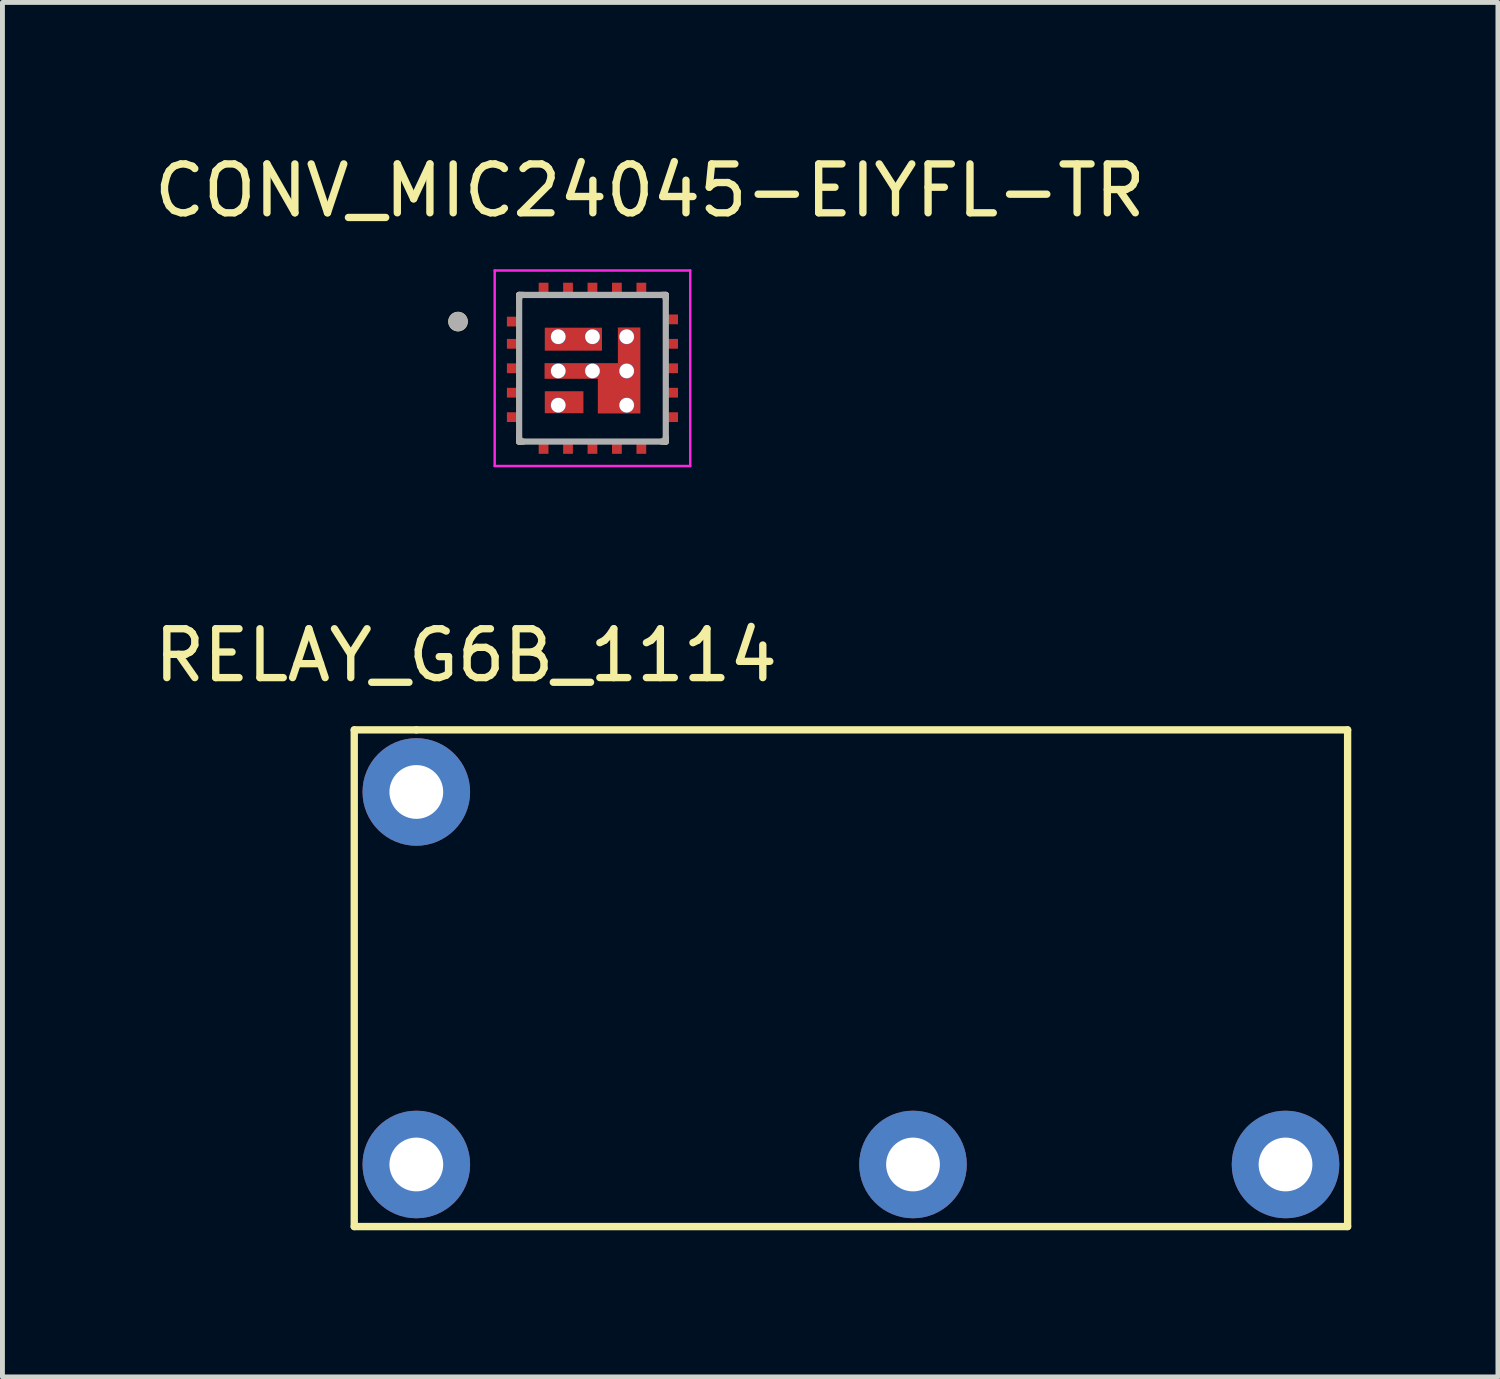
<source format=kicad_pcb>
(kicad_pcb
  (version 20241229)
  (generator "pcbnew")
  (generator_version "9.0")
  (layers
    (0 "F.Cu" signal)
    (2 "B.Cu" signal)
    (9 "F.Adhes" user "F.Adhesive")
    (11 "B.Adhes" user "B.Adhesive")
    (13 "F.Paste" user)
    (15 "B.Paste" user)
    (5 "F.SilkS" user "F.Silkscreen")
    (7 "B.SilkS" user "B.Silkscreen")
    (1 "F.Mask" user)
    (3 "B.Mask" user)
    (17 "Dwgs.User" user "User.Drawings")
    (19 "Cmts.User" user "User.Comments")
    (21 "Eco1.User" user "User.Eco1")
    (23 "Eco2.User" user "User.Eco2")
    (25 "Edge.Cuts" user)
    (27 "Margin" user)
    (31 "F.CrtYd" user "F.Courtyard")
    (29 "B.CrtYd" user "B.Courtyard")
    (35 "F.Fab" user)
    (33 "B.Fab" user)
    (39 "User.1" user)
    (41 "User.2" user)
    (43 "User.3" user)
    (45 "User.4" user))
  (footprint "CONV_MIC24045-EIYFL-TR"
    (layer "F.Cu")
    (at 9.069 4.483)
    (property "Reference" "CONV_MIC24045-EIYFL-TR" (at 1.175 -3.635 0) (layer "F.SilkS") (effects (font (size 1 1) (thickness 0.15))))
    (attr through_hole)
    (fp_poly (pts (xy 1.075 -0.93) (xy 1.075 1.02) (xy 0.015 1.02) (xy 0.015 0.31) (xy -1.075 0.31) (xy -1.075 -0.2) (xy 0.425 -0.2) (xy 0.425 -0.93)) (stroke (width 0.01) (type solid)) (fill yes) (layer "F.Mask"))
    (fp_line (start -1.5 -1.5) (end -1.42 -1.5) (stroke (width 0.127) (type solid)) (layer "F.SilkS"))
    (fp_line (start -1.5 -1.42) (end -1.5 -1.5) (stroke (width 0.127) (type solid)) (layer "F.SilkS"))
    (fp_line (start -1.5 1.5) (end -1.5 1.42) (stroke (width 0.127) (type solid)) (layer "F.SilkS"))
    (fp_line (start -1.42 1.5) (end -1.5 1.5) (stroke (width 0.127) (type solid)) (layer "F.SilkS"))
    (fp_line (start 1.42 -1.5) (end 1.5 -1.5) (stroke (width 0.127) (type solid)) (layer "F.SilkS"))
    (fp_line (start 1.5 -1.5) (end 1.5 -1.42) (stroke (width 0.127) (type solid)) (layer "F.SilkS"))
    (fp_line (start 1.5 1.5) (end 1.42 1.5) (stroke (width 0.127) (type solid)) (layer "F.SilkS"))
    (fp_line (start 1.5 1.5) (end 1.5 1.42) (stroke (width 0.127) (type solid)) (layer "F.SilkS"))
    (fp_circle (center -2.75 -0.955) (end -2.65 -0.955) (stroke (width 0.2) (type solid)) (fill no) (layer "F.SilkS"))
    (fp_poly (pts (xy 0.975 -0.83) (xy 0.975 0.92) (xy 0.115 0.92) (xy 0.115 0.21) (xy -0.975 0.21) (xy -0.975 -0.1) (xy 0.525 -0.1) (xy 0.525 -0.83)) (stroke (width 0.01) (type solid)) (fill yes) (layer "F.Paste"))
    (fp_line (start -2 -2) (end -2 2) (stroke (width 0.05) (type solid)) (layer "F.CrtYd"))
    (fp_line (start -2 2) (end 2 2) (stroke (width 0.05) (type solid)) (layer "F.CrtYd"))
    (fp_line (start 2 -2) (end -2 -2) (stroke (width 0.05) (type solid)) (layer "F.CrtYd"))
    (fp_line (start 2 2) (end 2 -2) (stroke (width 0.05) (type solid)) (layer "F.CrtYd"))
    (fp_line (start -1.5 -1.5) (end 1.5 -1.5) (stroke (width 0.127) (type solid)) (layer "F.Fab"))
    (fp_line (start -1.5 1.5) (end -1.5 -1.5) (stroke (width 0.127) (type solid)) (layer "F.Fab"))
    (fp_line (start 1.5 -1.5) (end 1.5 1.5) (stroke (width 0.127) (type solid)) (layer "F.Fab"))
    (fp_line (start 1.5 1.5) (end -1.5 1.5) (stroke (width 0.127) (type solid)) (layer "F.Fab"))
    (fp_circle (center -2.75 -0.955) (end -2.65 -0.955) (stroke (width 0.2) (type solid)) (fill no) (layer "F.Fab"))
    (pad "1" smd rect (at -1.6 -0.955) (size 0.3 0.2) (layers "F.Cu" "F.Mask" "F.Paste"))
    (pad "2" smd rect (at -1.6 -0.5) (size 0.3 0.2) (layers "F.Cu" "F.Mask" "F.Paste"))
    (pad "3" smd rect (at -1.6 0) (size 0.3 0.2) (layers "F.Cu" "F.Mask" "F.Paste"))
    (pad "4" smd rect (at -1.6 0.5) (size 0.3 0.2) (layers "F.Cu" "F.Mask" "F.Paste"))
    (pad "5" smd rect (at -1.6 1) (size 0.3 0.2) (layers "F.Cu" "F.Mask" "F.Paste"))
    (pad "6" smd rect (at -1 1.6) (size 0.2 0.3) (layers "F.Cu" "F.Mask" "F.Paste"))
    (pad "7" smd rect (at -0.5 1.6) (size 0.2 0.3) (layers "F.Cu" "F.Mask" "F.Paste"))
    (pad "8" smd rect (at 0 1.6) (size 0.2 0.3) (layers "F.Cu" "F.Mask" "F.Paste"))
    (pad "9" smd rect (at 0.5 1.6) (size 0.2 0.3) (layers "F.Cu" "F.Mask" "F.Paste"))
    (pad "10" smd rect (at 1 1.6) (size 0.2 0.3) (layers "F.Cu" "F.Mask" "F.Paste"))
    (pad "11" smd rect (at 1.6 1) (size 0.3 0.2) (layers "F.Cu" "F.Mask" "F.Paste"))
    (pad "12" smd rect (at 1.6 0.5) (size 0.3 0.2) (layers "F.Cu" "F.Mask" "F.Paste"))
    (pad "13" smd rect (at 1.6 0) (size 0.3 0.2) (layers "F.Cu" "F.Mask" "F.Paste"))
    (pad "14" smd rect (at 1.6 -0.5) (size 0.3 0.2) (layers "F.Cu" "F.Mask" "F.Paste"))
    (pad "15" smd rect (at 1.6 -1) (size 0.3 0.2) (layers "F.Cu" "F.Mask" "F.Paste"))
    (pad "16" smd rect (at 1 -1.6) (size 0.2 0.3) (layers "F.Cu" "F.Mask" "F.Paste"))
    (pad "17" smd rect (at 0.5 -1.6) (size 0.2 0.3) (layers "F.Cu" "F.Mask" "F.Paste"))
    (pad "18" smd rect (at 0 -1.6) (size 0.2 0.3) (layers "F.Cu" "F.Mask" "F.Paste"))
    (pad "19" smd rect (at -0.5 -1.6) (size 0.2 0.3) (layers "F.Cu" "F.Mask" "F.Paste"))
    (pad "20" smd rect (at -1 -1.6) (size 0.2 0.3) (layers "F.Cu" "F.Mask" "F.Paste"))
    (pad "21" smd rect (at -0.39 -0.595) (size 1.17 0.47) (layers "F.Cu" "F.Mask" "F.Paste"))
    (pad "21_1" thru_hole circle (at -0.7 -0.645) (size 0.31 0.31) (drill 0.3) (layers "*.Cu"))
    (pad "21_2" thru_hole circle (at 0 -0.645) (size 0.31 0.31) (drill 0.3) (layers "*.Cu"))
    (pad "22" smd custom (at 0.55 0.435) (size 0.8 0.3) (layers "F.Cu") (options (anchor rect)) (primitives (gr_poly (pts (xy 0.425 -1.265) (xy 0.425 0.485) (xy -0.435 0.485) (xy -0.435 -0.225) (xy -1.525 -0.225) (xy -1.525 -0.535) (xy -0.025 -0.535) (xy -0.025 -1.265)) (width 0.01) (fill yes))))
    (pad "22_1" thru_hole circle (at -0.7 0.055) (size 0.31 0.31) (drill 0.3) (layers "*.Cu"))
    (pad "22_2" thru_hole circle (at 0 0.055) (size 0.31 0.31) (drill 0.3) (layers "*.Cu"))
    (pad "22_3" thru_hole circle (at 0.7 0.755) (size 0.31 0.31) (drill 0.3) (layers "*.Cu"))
    (pad "22_4" thru_hole circle (at 0.7 0.055) (size 0.31 0.31) (drill 0.3) (layers "*.Cu"))
    (pad "22_5" thru_hole circle (at 0.7 -0.645) (size 0.31 0.31) (drill 0.3) (layers "*.Cu"))
    (pad "23" smd rect (at -0.58 0.695) (size 0.79 0.45) (layers "F.Cu" "F.Mask" "F.Paste"))
    (pad "23_1" thru_hole circle (at -0.7 0.755) (size 0.31 0.31) (drill 0.3) (layers "*.Cu")))
  (footprint "RELAY_G6B_1114"
    (layer "F.Cu")
    (at 5.466 13.15)
    (property "Reference" "RELAY_G6B_1114" (at 1.016 -2.794 0) (layer "F.SilkS") (effects (font (size 1 1) (thickness 0.15))))
    (attr through_hole)
    (fp_line (start -1.27 -1.27) (end -1.27 8.89) (stroke (width 0.15) (type solid)) (layer "F.SilkS"))
    (fp_line (start -1.27 8.89) (end 19.05 8.89) (stroke (width 0.15) (type solid)) (layer "F.SilkS"))
    (fp_line (start 0 -1.27) (end -1.27 -1.27) (stroke (width 0.15) (type solid)) (layer "F.SilkS"))
    (fp_line (start 19.05 -1.27) (end 0 -1.27) (stroke (width 0.15) (type solid)) (layer "F.SilkS"))
    (fp_line (start 19.05 8.89) (end 19.05 -1.27) (stroke (width 0.15) (type solid)) (layer "F.SilkS"))
    (pad "1" thru_hole circle (at 0 7.62) (size 2.2 2.2) (drill 1.1) (layers "*.Cu" "*.Mask"))
    (pad "3" thru_hole circle (at 10.16 7.62) (size 2.2 2.2) (drill 1.1) (layers "*.Cu" "*.Mask"))
    (pad "4" thru_hole circle (at 17.78 7.62) (size 2.2 2.2) (drill 1.1) (layers "*.Cu" "*.Mask"))
    (pad "6" thru_hole circle (at 0 0) (size 2.2 2.2) (drill 1.1) (layers "*.Cu" "*.Mask")))
  (gr_rect
    (start -3 -3)
    (end 27.591 25.116)
    (stroke (width 0.1) (type default))
    (fill no)
    (layer "Edge.Cuts")))
</source>
